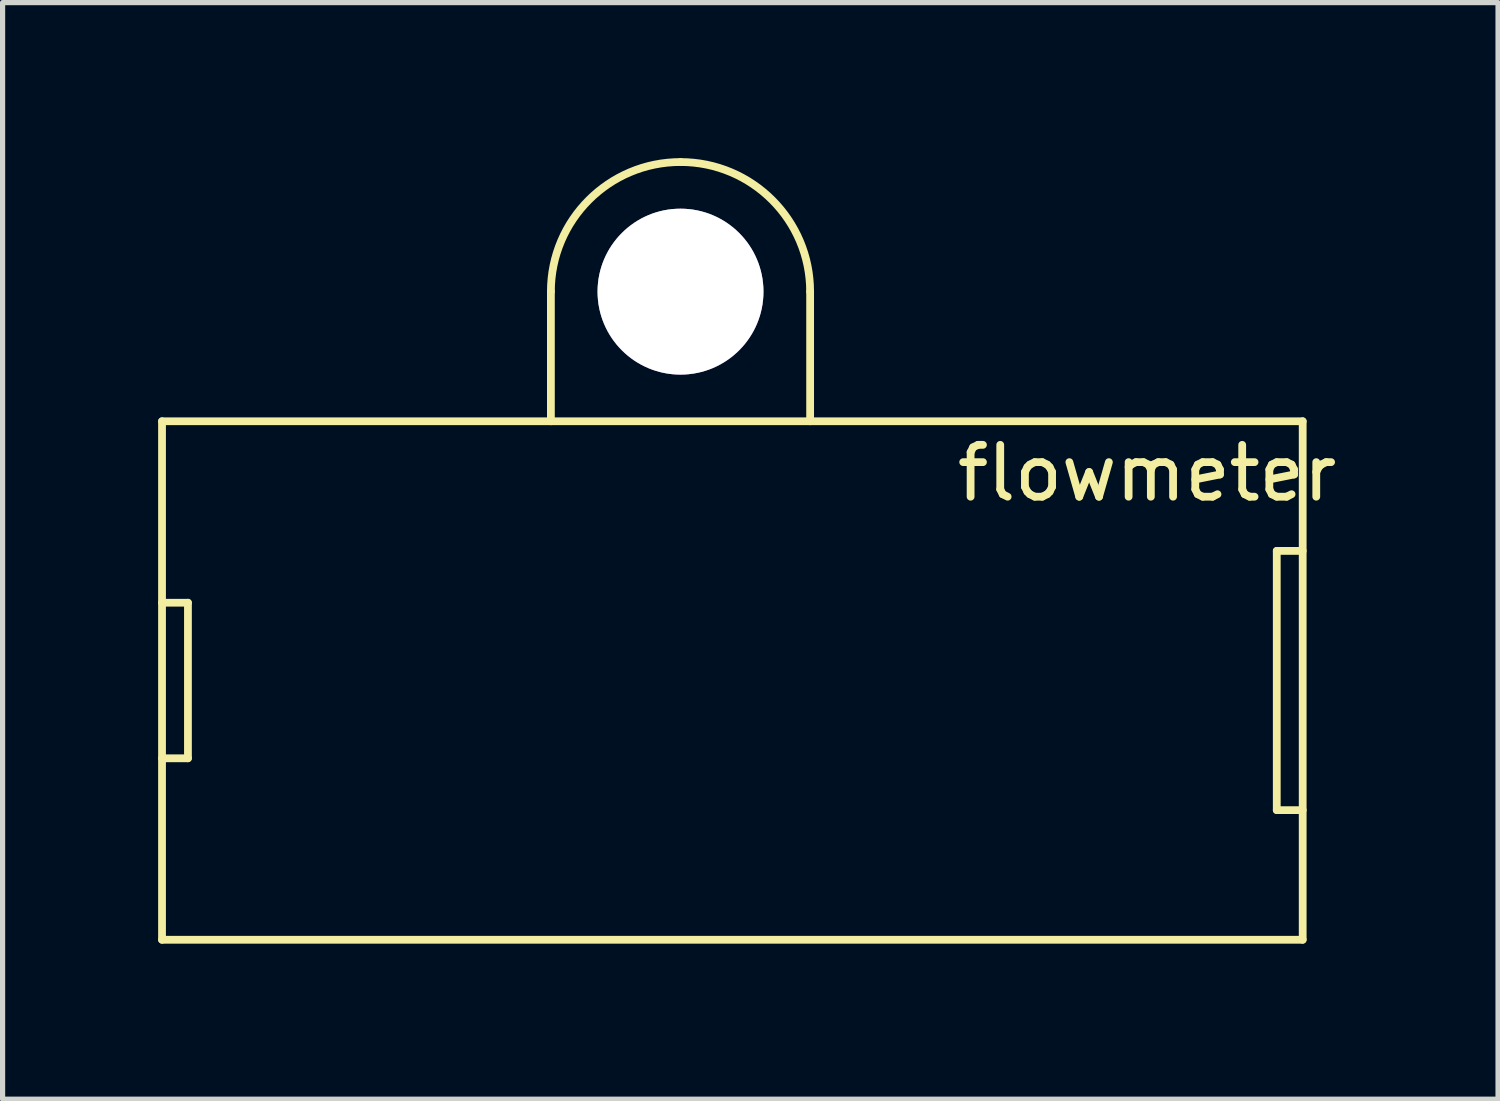
<source format=kicad_pcb>
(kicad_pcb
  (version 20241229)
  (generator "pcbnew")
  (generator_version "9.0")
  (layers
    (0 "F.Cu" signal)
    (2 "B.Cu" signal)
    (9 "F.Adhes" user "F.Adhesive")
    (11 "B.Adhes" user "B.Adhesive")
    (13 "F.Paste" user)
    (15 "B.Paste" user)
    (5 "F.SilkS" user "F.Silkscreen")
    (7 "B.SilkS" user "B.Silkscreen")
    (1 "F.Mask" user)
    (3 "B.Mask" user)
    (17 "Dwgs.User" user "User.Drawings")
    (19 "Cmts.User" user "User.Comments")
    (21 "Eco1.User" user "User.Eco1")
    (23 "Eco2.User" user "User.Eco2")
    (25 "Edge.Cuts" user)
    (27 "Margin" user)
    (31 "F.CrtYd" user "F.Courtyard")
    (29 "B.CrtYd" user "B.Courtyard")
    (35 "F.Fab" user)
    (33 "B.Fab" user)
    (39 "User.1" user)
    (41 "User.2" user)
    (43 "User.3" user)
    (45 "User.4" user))
  (footprint "flowmeter"
    (layer "F.Cu")
    (at 10.075 10.075)
    (property "Reference" "flowmeter" (at 9 -4 0) (layer "F.SilkS") (effects (font (size 1 1) (thickness 0.15))))
    (attr through_hole)
    (fp_line (start -10 -5) (end 12 -5) (stroke (width 0.15) (type solid)) (layer "F.SilkS"))
    (fp_line (start -10 -1.5) (end -9.5 -1.5) (stroke (width 0.15) (type solid)) (layer "F.SilkS"))
    (fp_line (start -10 5) (end -10 -5) (stroke (width 0.15) (type solid)) (layer "F.SilkS"))
    (fp_line (start -9.5 -1.5) (end -9.5 1.5) (stroke (width 0.15) (type solid)) (layer "F.SilkS"))
    (fp_line (start -9.5 1.5) (end -10 1.5) (stroke (width 0.15) (type solid)) (layer "F.SilkS"))
    (fp_line (start -2.5 -7.5) (end -2.5 -5) (stroke (width 0.15) (type solid)) (layer "F.SilkS"))
    (fp_line (start 2.5 -7.5) (end 2.5 -5) (stroke (width 0.15) (type solid)) (layer "F.SilkS"))
    (fp_line (start 11.5 -2.5) (end 12 -2.5) (stroke (width 0.15) (type solid)) (layer "F.SilkS"))
    (fp_line (start 11.5 2.5) (end 11.5 -2.5) (stroke (width 0.15) (type solid)) (layer "F.SilkS"))
    (fp_line (start 12 -5) (end 12 5) (stroke (width 0.15) (type solid)) (layer "F.SilkS"))
    (fp_line (start 12 2.5) (end 11.5 2.5) (stroke (width 0.15) (type solid)) (layer "F.SilkS"))
    (fp_line (start 12 5) (end -10 5) (stroke (width 0.15) (type solid)) (layer "F.SilkS"))
    (fp_arc (start -2.5 -7.5) (mid -1.767767 -9.267767) (end 0 -10) (stroke (width 0.15) (type solid)) (layer "F.SilkS"))
    (fp_arc (start 0 -10) (mid 1.767767 -9.267767) (end 2.5 -7.5) (stroke (width 0.15) (type solid)) (layer "F.SilkS"))
    (pad "1" thru_hole circle (at 0 -7.5) (size 3.2 3.2) (drill 3.2) (layers "*.Cu" "*.Mask")))
  (gr_rect
    (start -3 -3)
    (end 25.843 18.15)
    (stroke (width 0.1) (type default))
    (fill no)
    (layer "Edge.Cuts")))
</source>
